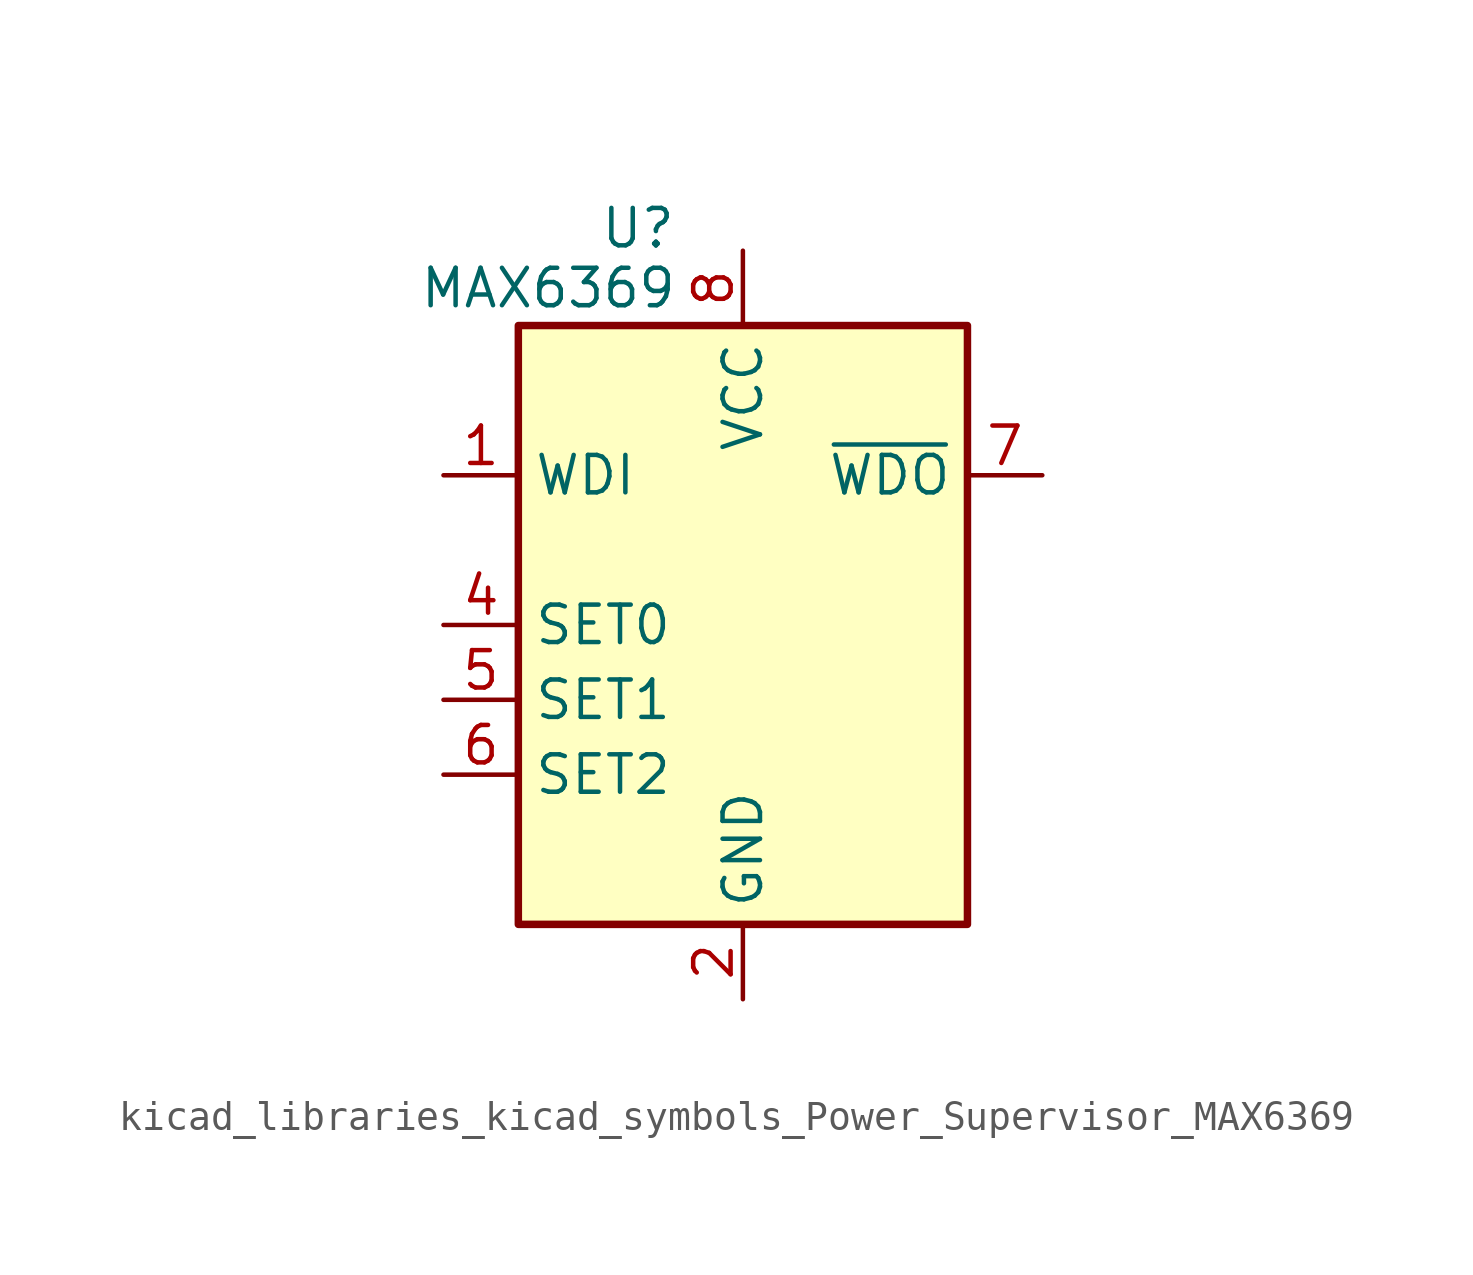
<source format=kicad_sym>
(kicad_symbol_lib
  (version 20220914)
  (generator kicad_symbol_editor)
  (symbol "kicad_libraries_kicad_symbols_Power_Supervisor_MAX6369"
    (property "Reference" "U"
      (at -3.556 13.462 0)
      (effects (font (size 1.27 1.27))))
    (property "Value" "MAX6369"
      (at -6.604 11.43 0)
      (effects (font (size 1.27 1.27))))
    (symbol "kicad_libraries_kicad_symbols_Power_Supervisor_MAX6369_0_1"
      (rectangle (start -7.62 10.16) (end 7.62 -10.16) (stroke (width 0.254) (type default)) (fill (type background))))
    (symbol "kicad_libraries_kicad_symbols_Power_Supervisor_MAX6369_1_1"
      (pin input line (at -10.16 5.08 0) (length 2.54) (name "WDI" (effects (font (size 1.27 1.27)))) (number "1" (effects (font (size 1.27 1.27)))))
      (pin power_in line (at 0 -12.7 90) (length 2.54) (name "GND" (effects (font (size 1.27 1.27)))) (number "2" (effects (font (size 1.27 1.27)))))
      (pin no_connect line (at 7.62 -5.08 180) (length 2.54) hide (name "NC" (effects (font (size 1.27 1.27)))) (number "3" (effects (font (size 1.27 1.27)))))
      (pin input line (at -10.16 0 0) (length 2.54) (name "SET0" (effects (font (size 1.27 1.27)))) (number "4" (effects (font (size 1.27 1.27)))))
      (pin input line (at -10.16 -2.54 0) (length 2.54) (name "SET1" (effects (font (size 1.27 1.27)))) (number "5" (effects (font (size 1.27 1.27)))))
      (pin input line (at -10.16 -5.08 0) (length 2.54) (name "SET2" (effects (font (size 1.27 1.27)))) (number "6" (effects (font (size 1.27 1.27)))))
      (pin open_collector line (at 10.16 5.08 180) (length 2.54) (name "~{WDO}" (effects (font (size 1.27 1.27)))) (number "7" (effects (font (size 1.27 1.27)))))
      (pin power_in line (at 0 12.7 270) (length 2.54) (name "VCC" (effects (font (size 1.27 1.27)))) (number "8" (effects (font (size 1.27 1.27))))))))
</source>
